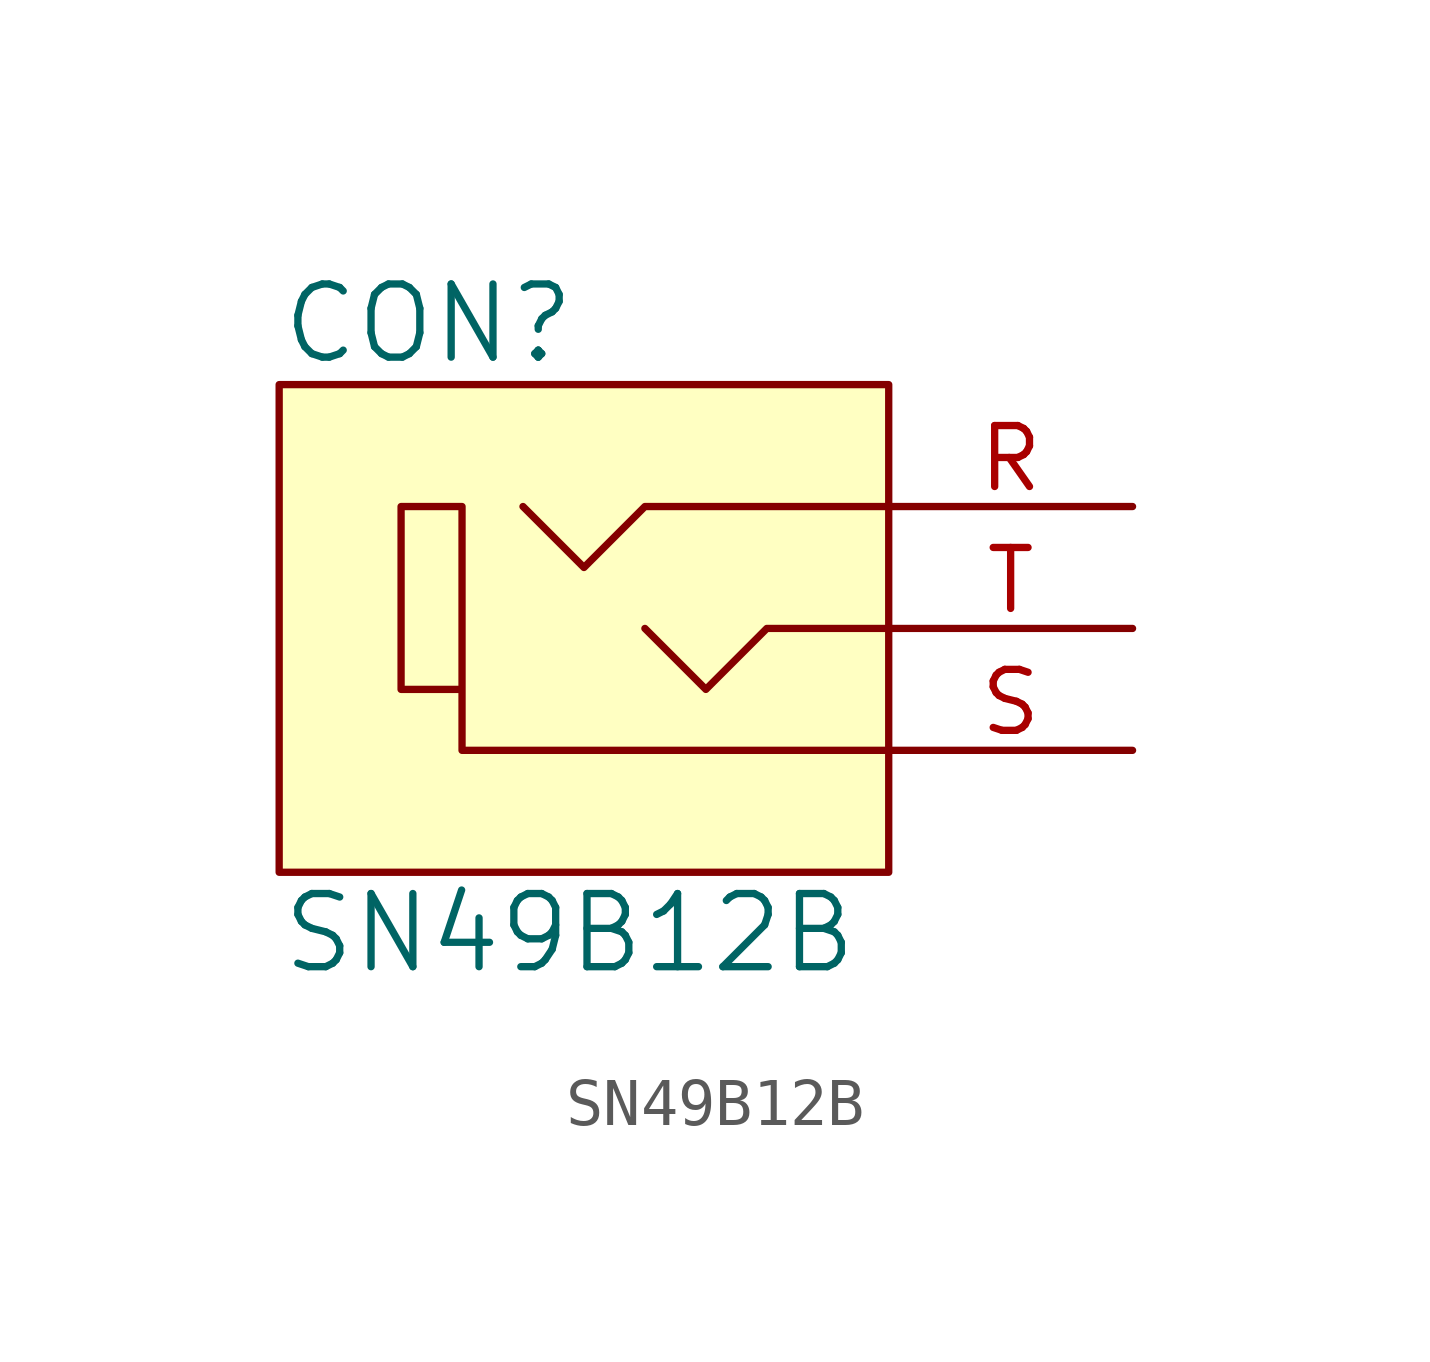
<source format=kicad_sym>
(kicad_symbol_lib
  (version 20220914)
  (generator kicad_symbol_editor)
  (symbol "SN49B12B"
    (pin_names
      (offset 1.016))
    (property "Reference" "CON"
      (at -7.62 6.35 0)
      (effects (font (size 1.524 1.524)) (justify left)))
    (property "Value" "SN49B12B"
      (at -7.62 -6.35 0)
      (effects (font (size 1.524 1.524)) (justify left)))
    (symbol "SN49B12B_0_1"
      (polyline (pts (xy 5.08 0) (xy 2.54 0) (xy 1.27 -1.27) (xy 0 0)) (stroke (width 0) (type solid)) (fill (type none)))
      (polyline (pts (xy 5.08 2.54) (xy 0 2.54) (xy -1.27 1.27) (xy -2.54 2.54)) (stroke (width 0) (type solid)) (fill (type none)))
      (polyline (pts (xy 5.08 -2.54) (xy -3.81 -2.54) (xy -3.81 2.54) (xy -5.08 2.54) (xy -5.08 -1.27) (xy -3.81 -1.27)) (stroke (width 0) (type solid)) (fill (type none)))
      (rectangle (start 5.08 5.08) (end -7.62 -5.08) (stroke (width 0) (type solid)) (fill (type background))))
    (symbol "SN49B12B_1_1"
      (pin passive line (at 10.16 2.54 180) (length 5.08) (name "~" (effects (font (size 1.27 1.27)))) (number "R" (effects (font (size 1.27 1.27)))))
      (pin passive line (at 10.16 -2.54 180) (length 5.08) (name "~" (effects (font (size 1.27 1.27)))) (number "S" (effects (font (size 1.27 1.27)))))
      (pin passive line (at 10.16 0 180) (length 5.08) (name "~" (effects (font (size 1.27 1.27)))) (number "T" (effects (font (size 1.27 1.27))))))))
</source>
